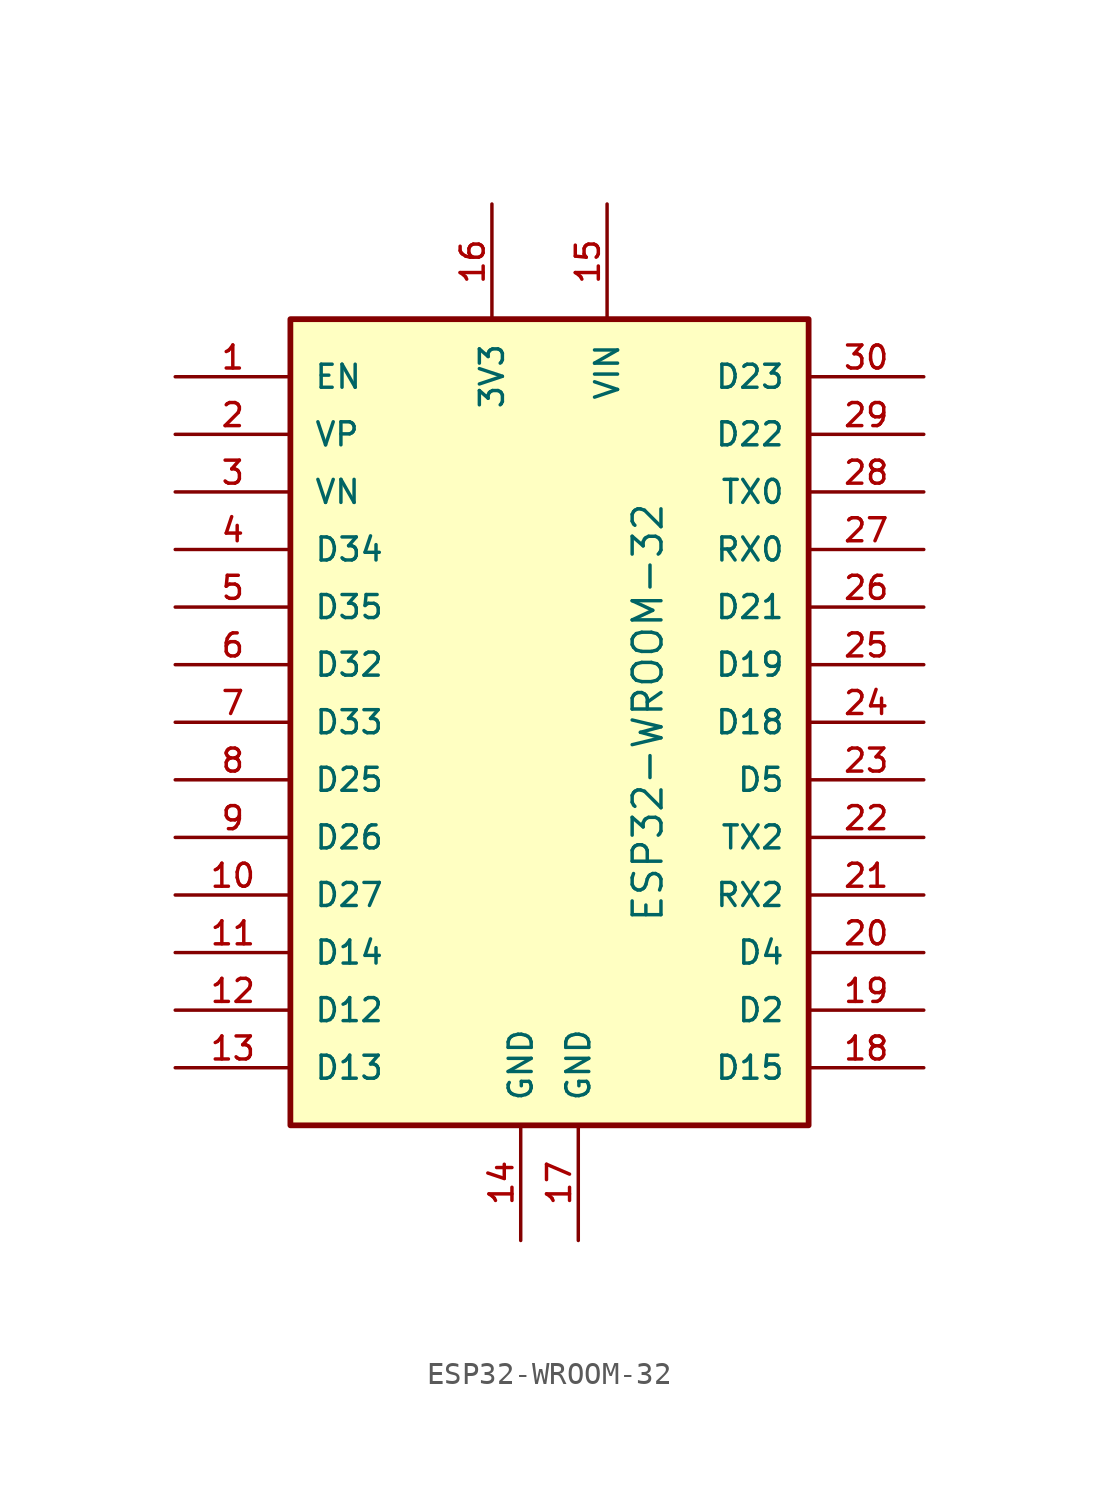
<source format=kicad_sym>
(kicad_symbol_lib
  (version 20220914)
  (generator kicad_symbol_editor)
  (symbol "ESP32-WROOM-32"
    (pin_names
      (offset 1.016))
    (property "Reference" "S"
      (at -11.43 26.67 0)
      (effects (font (size 1.27 1.27)) (justify left bottom) hide))
    (property "Value" "ESP32-WROOM-32"
      (at 5.08 -1.27 90)
      (effects (font (size 1.27 1.27)) (justify left bottom)))
    (symbol "ESP32-WROOM-32_0_0"
      (rectangle (start -11.43 25.4) (end 11.43 -10.16) (stroke (width 0.254) (type default)) (fill (type background)))
      (pin input line (at -16.51 22.86 0) (length 5.08) (name "EN" (effects (font (size 1.016 1.016)))) (number "1" (effects (font (size 1.016 1.016)))))
      (pin bidirectional line (at -16.51 0 0) (length 5.08) (name "D27" (effects (font (size 1.016 1.016)))) (number "10" (effects (font (size 1.016 1.016)))))
      (pin bidirectional line (at -16.51 -2.54 0) (length 5.08) (name "D14" (effects (font (size 1.016 1.016)))) (number "11" (effects (font (size 1.016 1.016)))))
      (pin bidirectional line (at -16.51 -5.08 0) (length 5.08) (name "D12" (effects (font (size 1.016 1.016)))) (number "12" (effects (font (size 1.016 1.016)))))
      (pin bidirectional line (at -16.51 -7.62 0) (length 5.08) (name "D13" (effects (font (size 1.016 1.016)))) (number "13" (effects (font (size 1.016 1.016)))))
      (pin power_in line (at -1.27 -15.24 90) (length 5.08) (name "GND" (effects (font (size 1.016 1.016)))) (number "14" (effects (font (size 1.016 1.016)))))
      (pin power_in line (at 2.54 30.48 270) (length 5.08) (name "VIN" (effects (font (size 1.016 1.016)))) (number "15" (effects (font (size 1.016 1.016)))))
      (pin power_in line (at -2.54 30.48 270) (length 5.08) (name "3V3" (effects (font (size 1.016 1.016)))) (number "16" (effects (font (size 1.016 1.016)))))
      (pin power_in line (at 1.27 -15.24 90) (length 5.08) (name "GND" (effects (font (size 1.016 1.016)))) (number "17" (effects (font (size 1.016 1.016)))))
      (pin bidirectional line (at 16.51 -7.62 180) (length 5.08) (name "D15" (effects (font (size 1.016 1.016)))) (number "18" (effects (font (size 1.016 1.016)))))
      (pin bidirectional line (at 16.51 -5.08 180) (length 5.08) (name "D2" (effects (font (size 1.016 1.016)))) (number "19" (effects (font (size 1.016 1.016)))))
      (pin input line (at -16.51 20.32 0) (length 5.08) (name "VP" (effects (font (size 1.016 1.016)))) (number "2" (effects (font (size 1.016 1.016)))))
      (pin bidirectional line (at 16.51 -2.54 180) (length 5.08) (name "D4" (effects (font (size 1.016 1.016)))) (number "20" (effects (font (size 1.016 1.016)))))
      (pin bidirectional line (at 16.51 5.08 180) (length 5.08) (name "D5" (effects (font (size 1.016 1.016)))) (number "23" (effects (font (size 1.016 1.016)))))
      (pin bidirectional line (at 16.51 7.62 180) (length 5.08) (name "D18" (effects (font (size 1.016 1.016)))) (number "24" (effects (font (size 1.016 1.016)))))
      (pin bidirectional line (at 16.51 10.16 180) (length 5.08) (name "D19" (effects (font (size 1.016 1.016)))) (number "25" (effects (font (size 1.016 1.016)))))
      (pin bidirectional line (at 16.51 12.7 180) (length 5.08) (name "D21" (effects (font (size 1.016 1.016)))) (number "26" (effects (font (size 1.016 1.016)))))
      (pin input line (at 16.51 15.24 180) (length 5.08) (name "RX0" (effects (font (size 1.016 1.016)))) (number "27" (effects (font (size 1.016 1.016)))))
      (pin output line (at 16.51 17.78 180) (length 5.08) (name "TX0" (effects (font (size 1.016 1.016)))) (number "28" (effects (font (size 1.016 1.016)))))
      (pin bidirectional line (at 16.51 20.32 180) (length 5.08) (name "D22" (effects (font (size 1.016 1.016)))) (number "29" (effects (font (size 1.016 1.016)))))
      (pin input line (at -16.51 17.78 0) (length 5.08) (name "VN" (effects (font (size 1.016 1.016)))) (number "3" (effects (font (size 1.016 1.016)))))
      (pin bidirectional line (at 16.51 22.86 180) (length 5.08) (name "D23" (effects (font (size 1.016 1.016)))) (number "30" (effects (font (size 1.016 1.016)))))
      (pin bidirectional line (at -16.51 10.16 0) (length 5.08) (name "D32" (effects (font (size 1.016 1.016)))) (number "6" (effects (font (size 1.016 1.016)))))
      (pin bidirectional line (at -16.51 7.62 0) (length 5.08) (name "D33" (effects (font (size 1.016 1.016)))) (number "7" (effects (font (size 1.016 1.016)))))
      (pin bidirectional line (at -16.51 5.08 0) (length 5.08) (name "D25" (effects (font (size 1.016 1.016)))) (number "8" (effects (font (size 1.016 1.016)))))
      (pin bidirectional line (at -16.51 2.54 0) (length 5.08) (name "D26" (effects (font (size 1.016 1.016)))) (number "9" (effects (font (size 1.016 1.016))))))
    (symbol "ESP32-WROOM-32_1_0"
      (pin bidirectional line (at 16.51 0 180) (length 5.08) (name "RX2" (effects (font (size 1.016 1.016)))) (number "21" (effects (font (size 1.016 1.016)))))
      (pin bidirectional line (at 16.51 2.54 180) (length 5.08) (name "TX2" (effects (font (size 1.016 1.016)))) (number "22" (effects (font (size 1.016 1.016)))))
      (pin input line (at -16.51 15.24 0) (length 5.08) (name "D34" (effects (font (size 1.016 1.016)))) (number "4" (effects (font (size 1.016 1.016)))))
      (pin input line (at -16.51 12.7 0) (length 5.08) (name "D35" (effects (font (size 1.016 1.016)))) (number "5" (effects (font (size 1.016 1.016))))))))
</source>
